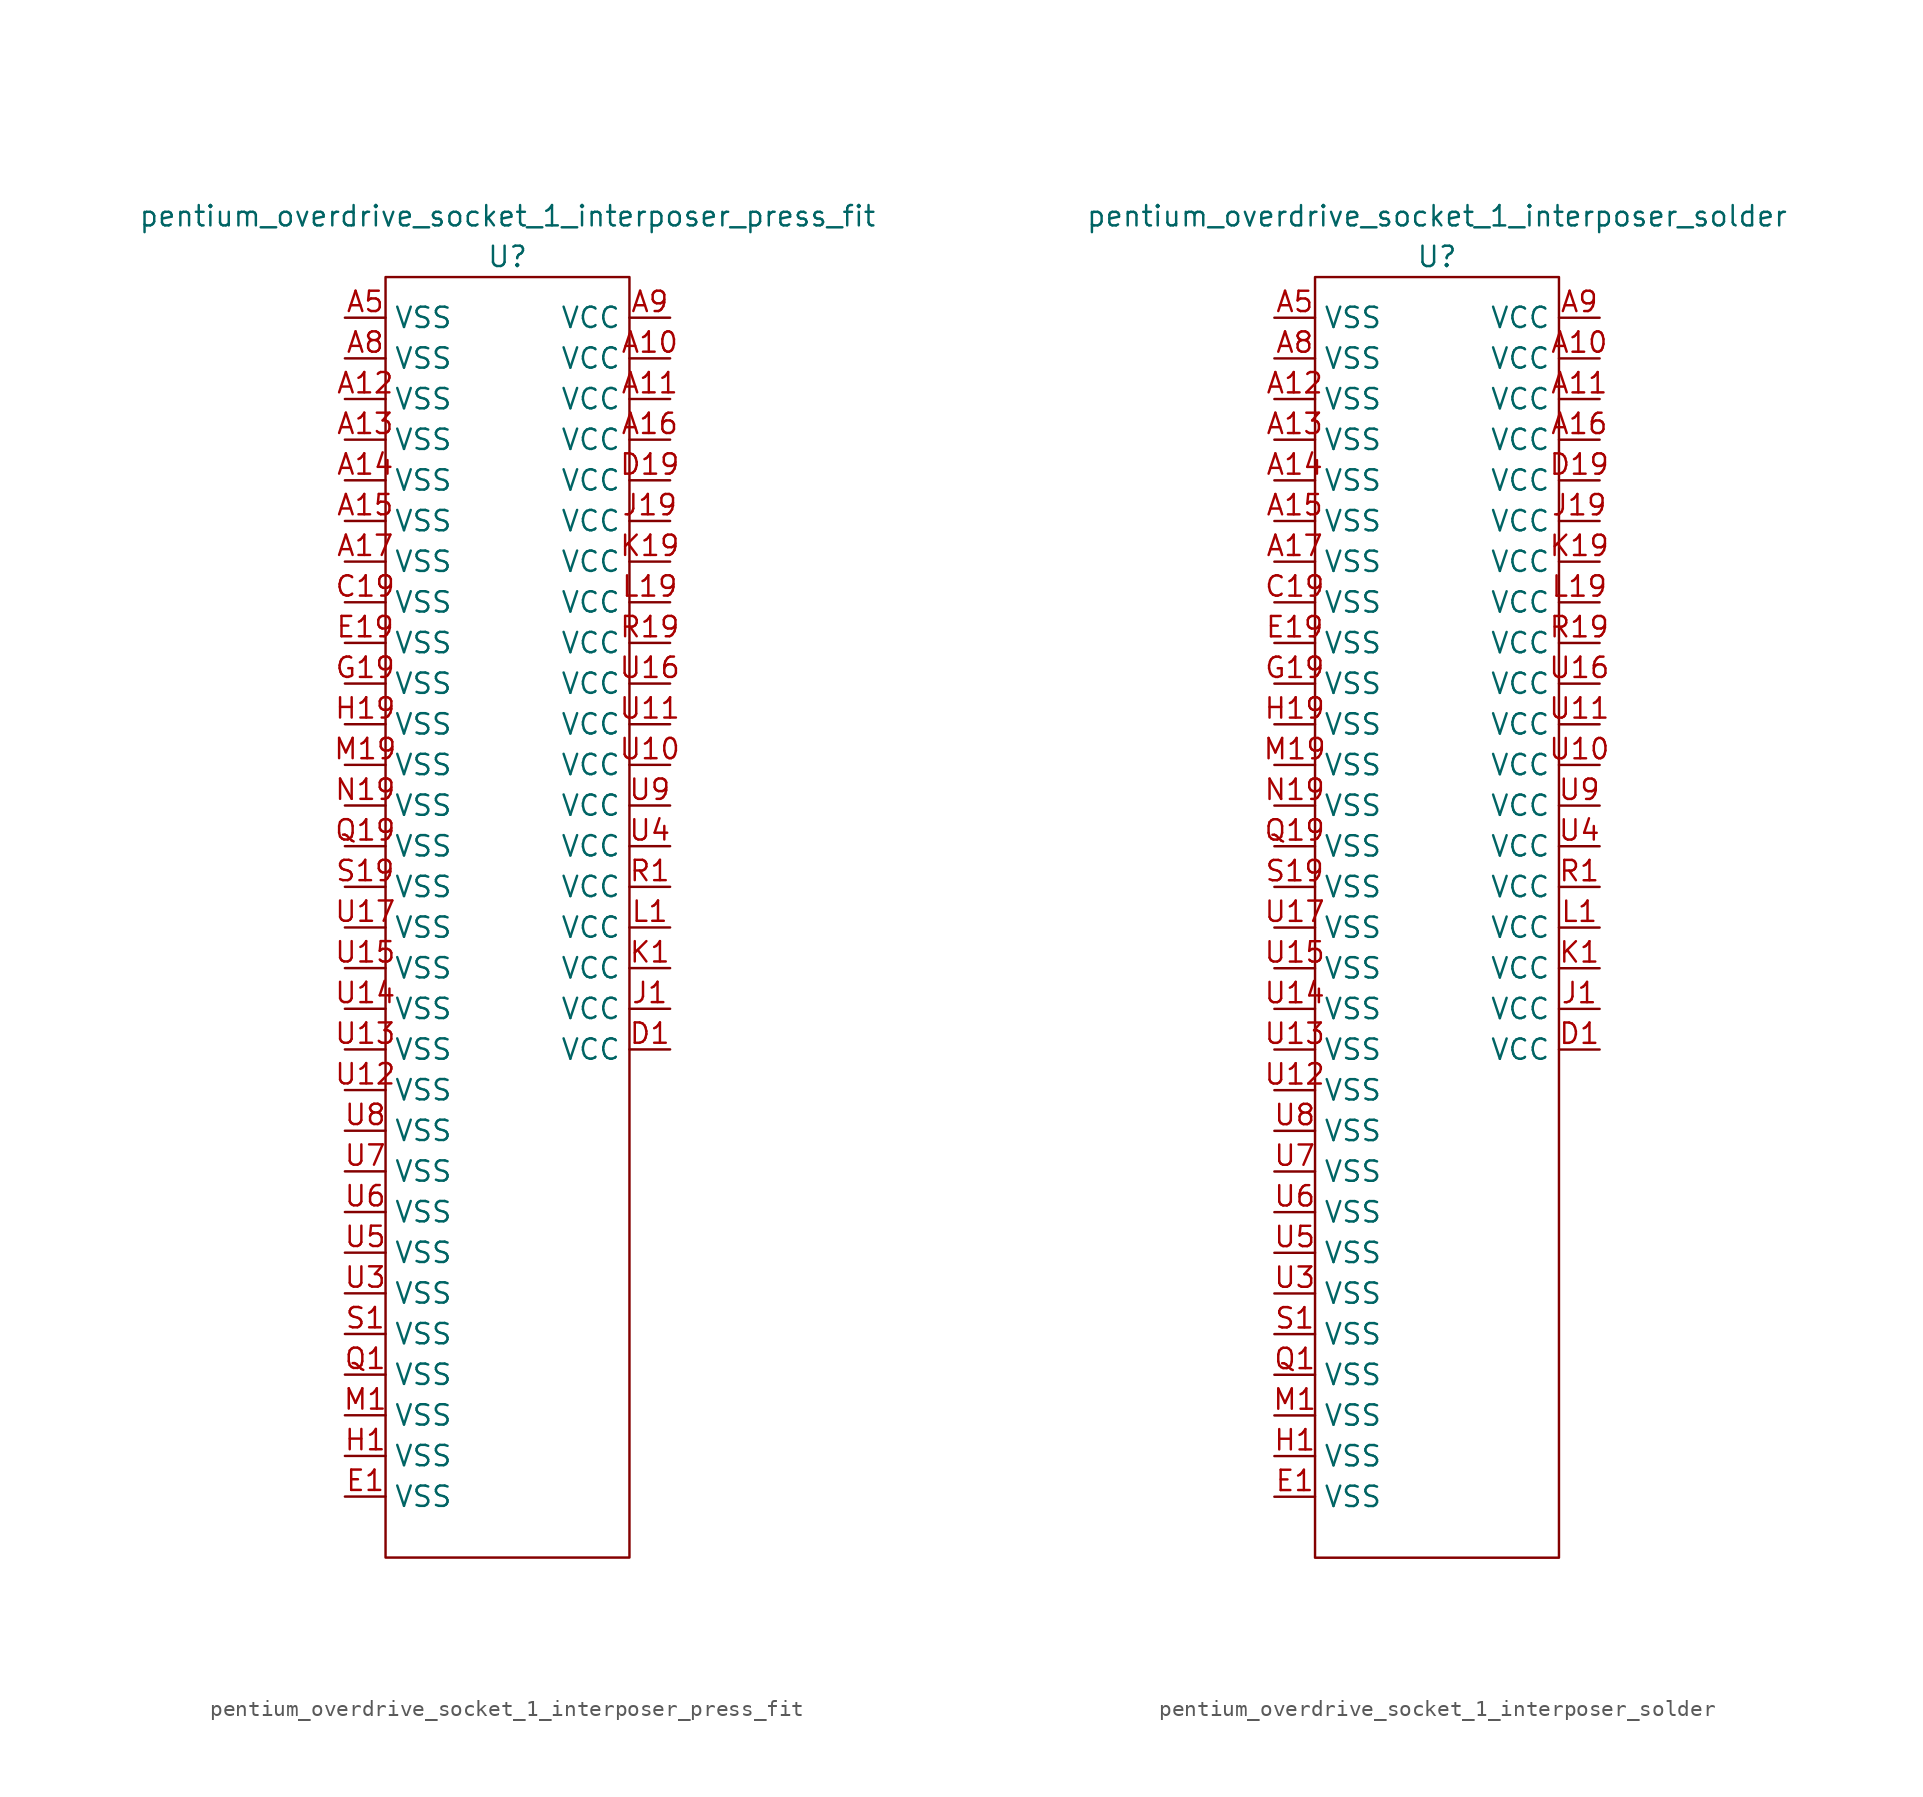
<source format=kicad_sym>
(kicad_symbol_lib
  (version 20211014)
  (generator kicad_symbol_editor)
  (symbol "pentium_overdrive_socket_1_interposer_press_fit"
    (property "Reference" "U"
      (at 0 39.37 0)
      (effects (font (size 1.27 1.27))))
    (property "Value" "pentium_overdrive_socket_1_interposer_press_fit"
      (at 0 41.91 0)
      (effects (font (size 1.27 1.27))))
    (symbol "pentium_overdrive_socket_1_interposer_press_fit_0_1"
      (rectangle (start -7.62 38.1) (end 7.62 -41.91) (stroke (width 0) (type default) (color 0 0 0 0)) (fill (type none))))
    (symbol "pentium_overdrive_socket_1_interposer_press_fit_1_1"
      (pin power_in line (at 10.16 33.02 180) (length 2.54) (name "VCC" (effects (font (size 1.27 1.27)))) (number "A10" (effects (font (size 1.27 1.27)))))
      (pin power_in line (at 10.16 30.48 180) (length 2.54) (name "VCC" (effects (font (size 1.27 1.27)))) (number "A11" (effects (font (size 1.27 1.27)))))
      (pin power_in line (at -10.16 30.48 0) (length 2.54) (name "VSS" (effects (font (size 1.27 1.27)))) (number "A12" (effects (font (size 1.27 1.27)))))
      (pin power_in line (at -10.16 27.94 0) (length 2.54) (name "VSS" (effects (font (size 1.27 1.27)))) (number "A13" (effects (font (size 1.27 1.27)))))
      (pin power_in line (at -10.16 25.4 0) (length 2.54) (name "VSS" (effects (font (size 1.27 1.27)))) (number "A14" (effects (font (size 1.27 1.27)))))
      (pin power_in line (at -10.16 22.86 0) (length 2.54) (name "VSS" (effects (font (size 1.27 1.27)))) (number "A15" (effects (font (size 1.27 1.27)))))
      (pin power_in line (at 10.16 27.94 180) (length 2.54) (name "VCC" (effects (font (size 1.27 1.27)))) (number "A16" (effects (font (size 1.27 1.27)))))
      (pin power_in line (at -10.16 20.32 0) (length 2.54) (name "VSS" (effects (font (size 1.27 1.27)))) (number "A17" (effects (font (size 1.27 1.27)))))
      (pin power_in line (at -10.16 35.56 0) (length 2.54) (name "VSS" (effects (font (size 1.27 1.27)))) (number "A5" (effects (font (size 1.27 1.27)))))
      (pin power_in line (at -10.16 33.02 0) (length 2.54) (name "VSS" (effects (font (size 1.27 1.27)))) (number "A8" (effects (font (size 1.27 1.27)))))
      (pin power_in line (at 10.16 35.56 180) (length 2.54) (name "VCC" (effects (font (size 1.27 1.27)))) (number "A9" (effects (font (size 1.27 1.27)))))
      (pin power_in line (at -10.16 17.78 0) (length 2.54) (name "VSS" (effects (font (size 1.27 1.27)))) (number "C19" (effects (font (size 1.27 1.27)))))
      (pin power_in line (at 10.16 -10.16 180) (length 2.54) (name "VCC" (effects (font (size 1.27 1.27)))) (number "D1" (effects (font (size 1.27 1.27)))))
      (pin power_in line (at 10.16 25.4 180) (length 2.54) (name "VCC" (effects (font (size 1.27 1.27)))) (number "D19" (effects (font (size 1.27 1.27)))))
      (pin power_in line (at -10.16 -38.1 0) (length 2.54) (name "VSS" (effects (font (size 1.27 1.27)))) (number "E1" (effects (font (size 1.27 1.27)))))
      (pin power_in line (at -10.16 15.24 0) (length 2.54) (name "VSS" (effects (font (size 1.27 1.27)))) (number "E19" (effects (font (size 1.27 1.27)))))
      (pin power_in line (at -10.16 12.7 0) (length 2.54) (name "VSS" (effects (font (size 1.27 1.27)))) (number "G19" (effects (font (size 1.27 1.27)))))
      (pin power_in line (at -10.16 -35.56 0) (length 2.54) (name "VSS" (effects (font (size 1.27 1.27)))) (number "H1" (effects (font (size 1.27 1.27)))))
      (pin power_in line (at -10.16 10.16 0) (length 2.54) (name "VSS" (effects (font (size 1.27 1.27)))) (number "H19" (effects (font (size 1.27 1.27)))))
      (pin power_in line (at 10.16 -7.62 180) (length 2.54) (name "VCC" (effects (font (size 1.27 1.27)))) (number "J1" (effects (font (size 1.27 1.27)))))
      (pin power_in line (at 10.16 22.86 180) (length 2.54) (name "VCC" (effects (font (size 1.27 1.27)))) (number "J19" (effects (font (size 1.27 1.27)))))
      (pin power_in line (at 10.16 -5.08 180) (length 2.54) (name "VCC" (effects (font (size 1.27 1.27)))) (number "K1" (effects (font (size 1.27 1.27)))))
      (pin power_in line (at 10.16 20.32 180) (length 2.54) (name "VCC" (effects (font (size 1.27 1.27)))) (number "K19" (effects (font (size 1.27 1.27)))))
      (pin power_in line (at 10.16 -2.54 180) (length 2.54) (name "VCC" (effects (font (size 1.27 1.27)))) (number "L1" (effects (font (size 1.27 1.27)))))
      (pin power_in line (at 10.16 17.78 180) (length 2.54) (name "VCC" (effects (font (size 1.27 1.27)))) (number "L19" (effects (font (size 1.27 1.27)))))
      (pin power_in line (at -10.16 -33.02 0) (length 2.54) (name "VSS" (effects (font (size 1.27 1.27)))) (number "M1" (effects (font (size 1.27 1.27)))))
      (pin power_in line (at -10.16 7.62 0) (length 2.54) (name "VSS" (effects (font (size 1.27 1.27)))) (number "M19" (effects (font (size 1.27 1.27)))))
      (pin power_in line (at -10.16 5.08 0) (length 2.54) (name "VSS" (effects (font (size 1.27 1.27)))) (number "N19" (effects (font (size 1.27 1.27)))))
      (pin power_in line (at -10.16 -30.48 0) (length 2.54) (name "VSS" (effects (font (size 1.27 1.27)))) (number "Q1" (effects (font (size 1.27 1.27)))))
      (pin power_in line (at -10.16 2.54 0) (length 2.54) (name "VSS" (effects (font (size 1.27 1.27)))) (number "Q19" (effects (font (size 1.27 1.27)))))
      (pin power_in line (at 10.16 0 180) (length 2.54) (name "VCC" (effects (font (size 1.27 1.27)))) (number "R1" (effects (font (size 1.27 1.27)))))
      (pin power_in line (at 10.16 15.24 180) (length 2.54) (name "VCC" (effects (font (size 1.27 1.27)))) (number "R19" (effects (font (size 1.27 1.27)))))
      (pin power_in line (at -10.16 -27.94 0) (length 2.54) (name "VSS" (effects (font (size 1.27 1.27)))) (number "S1" (effects (font (size 1.27 1.27)))))
      (pin power_in line (at -10.16 0 0) (length 2.54) (name "VSS" (effects (font (size 1.27 1.27)))) (number "S19" (effects (font (size 1.27 1.27)))))
      (pin power_in line (at 10.16 7.62 180) (length 2.54) (name "VCC" (effects (font (size 1.27 1.27)))) (number "U10" (effects (font (size 1.27 1.27)))))
      (pin power_in line (at 10.16 10.16 180) (length 2.54) (name "VCC" (effects (font (size 1.27 1.27)))) (number "U11" (effects (font (size 1.27 1.27)))))
      (pin power_in line (at -10.16 -12.7 0) (length 2.54) (name "VSS" (effects (font (size 1.27 1.27)))) (number "U12" (effects (font (size 1.27 1.27)))))
      (pin power_in line (at -10.16 -10.16 0) (length 2.54) (name "VSS" (effects (font (size 1.27 1.27)))) (number "U13" (effects (font (size 1.27 1.27)))))
      (pin power_in line (at -10.16 -7.62 0) (length 2.54) (name "VSS" (effects (font (size 1.27 1.27)))) (number "U14" (effects (font (size 1.27 1.27)))))
      (pin power_in line (at -10.16 -5.08 0) (length 2.54) (name "VSS" (effects (font (size 1.27 1.27)))) (number "U15" (effects (font (size 1.27 1.27)))))
      (pin power_in line (at 10.16 12.7 180) (length 2.54) (name "VCC" (effects (font (size 1.27 1.27)))) (number "U16" (effects (font (size 1.27 1.27)))))
      (pin power_in line (at -10.16 -2.54 0) (length 2.54) (name "VSS" (effects (font (size 1.27 1.27)))) (number "U17" (effects (font (size 1.27 1.27)))))
      (pin power_in line (at -10.16 -25.4 0) (length 2.54) (name "VSS" (effects (font (size 1.27 1.27)))) (number "U3" (effects (font (size 1.27 1.27)))))
      (pin power_in line (at 10.16 2.54 180) (length 2.54) (name "VCC" (effects (font (size 1.27 1.27)))) (number "U4" (effects (font (size 1.27 1.27)))))
      (pin power_in line (at -10.16 -22.86 0) (length 2.54) (name "VSS" (effects (font (size 1.27 1.27)))) (number "U5" (effects (font (size 1.27 1.27)))))
      (pin power_in line (at -10.16 -20.32 0) (length 2.54) (name "VSS" (effects (font (size 1.27 1.27)))) (number "U6" (effects (font (size 1.27 1.27)))))
      (pin power_in line (at -10.16 -17.78 0) (length 2.54) (name "VSS" (effects (font (size 1.27 1.27)))) (number "U7" (effects (font (size 1.27 1.27)))))
      (pin power_in line (at -10.16 -15.24 0) (length 2.54) (name "VSS" (effects (font (size 1.27 1.27)))) (number "U8" (effects (font (size 1.27 1.27)))))
      (pin power_in line (at 10.16 5.08 180) (length 2.54) (name "VCC" (effects (font (size 1.27 1.27)))) (number "U9" (effects (font (size 1.27 1.27)))))))
  (symbol "pentium_overdrive_socket_1_interposer_solder"
    (property "Reference" "U"
      (at 0 39.37 0)
      (effects (font (size 1.27 1.27))))
    (property "Value" "pentium_overdrive_socket_1_interposer_solder"
      (at 0 41.91 0)
      (effects (font (size 1.27 1.27))))
    (symbol "pentium_overdrive_socket_1_interposer_solder_0_1"
      (rectangle (start -7.62 38.1) (end 7.62 -41.91) (stroke (width 0) (type default) (color 0 0 0 0)) (fill (type none))))
    (symbol "pentium_overdrive_socket_1_interposer_solder_1_1"
      (pin power_in line (at 10.16 33.02 180) (length 2.54) (name "VCC" (effects (font (size 1.27 1.27)))) (number "A10" (effects (font (size 1.27 1.27)))))
      (pin power_in line (at 10.16 30.48 180) (length 2.54) (name "VCC" (effects (font (size 1.27 1.27)))) (number "A11" (effects (font (size 1.27 1.27)))))
      (pin power_in line (at -10.16 30.48 0) (length 2.54) (name "VSS" (effects (font (size 1.27 1.27)))) (number "A12" (effects (font (size 1.27 1.27)))))
      (pin power_in line (at -10.16 27.94 0) (length 2.54) (name "VSS" (effects (font (size 1.27 1.27)))) (number "A13" (effects (font (size 1.27 1.27)))))
      (pin power_in line (at -10.16 25.4 0) (length 2.54) (name "VSS" (effects (font (size 1.27 1.27)))) (number "A14" (effects (font (size 1.27 1.27)))))
      (pin power_in line (at -10.16 22.86 0) (length 2.54) (name "VSS" (effects (font (size 1.27 1.27)))) (number "A15" (effects (font (size 1.27 1.27)))))
      (pin power_in line (at 10.16 27.94 180) (length 2.54) (name "VCC" (effects (font (size 1.27 1.27)))) (number "A16" (effects (font (size 1.27 1.27)))))
      (pin power_in line (at -10.16 20.32 0) (length 2.54) (name "VSS" (effects (font (size 1.27 1.27)))) (number "A17" (effects (font (size 1.27 1.27)))))
      (pin power_in line (at -10.16 35.56 0) (length 2.54) (name "VSS" (effects (font (size 1.27 1.27)))) (number "A5" (effects (font (size 1.27 1.27)))))
      (pin power_in line (at -10.16 33.02 0) (length 2.54) (name "VSS" (effects (font (size 1.27 1.27)))) (number "A8" (effects (font (size 1.27 1.27)))))
      (pin power_in line (at 10.16 35.56 180) (length 2.54) (name "VCC" (effects (font (size 1.27 1.27)))) (number "A9" (effects (font (size 1.27 1.27)))))
      (pin power_in line (at -10.16 17.78 0) (length 2.54) (name "VSS" (effects (font (size 1.27 1.27)))) (number "C19" (effects (font (size 1.27 1.27)))))
      (pin power_in line (at 10.16 -10.16 180) (length 2.54) (name "VCC" (effects (font (size 1.27 1.27)))) (number "D1" (effects (font (size 1.27 1.27)))))
      (pin power_in line (at 10.16 25.4 180) (length 2.54) (name "VCC" (effects (font (size 1.27 1.27)))) (number "D19" (effects (font (size 1.27 1.27)))))
      (pin power_in line (at -10.16 -38.1 0) (length 2.54) (name "VSS" (effects (font (size 1.27 1.27)))) (number "E1" (effects (font (size 1.27 1.27)))))
      (pin power_in line (at -10.16 15.24 0) (length 2.54) (name "VSS" (effects (font (size 1.27 1.27)))) (number "E19" (effects (font (size 1.27 1.27)))))
      (pin power_in line (at -10.16 12.7 0) (length 2.54) (name "VSS" (effects (font (size 1.27 1.27)))) (number "G19" (effects (font (size 1.27 1.27)))))
      (pin power_in line (at -10.16 -35.56 0) (length 2.54) (name "VSS" (effects (font (size 1.27 1.27)))) (number "H1" (effects (font (size 1.27 1.27)))))
      (pin power_in line (at -10.16 10.16 0) (length 2.54) (name "VSS" (effects (font (size 1.27 1.27)))) (number "H19" (effects (font (size 1.27 1.27)))))
      (pin power_in line (at 10.16 -7.62 180) (length 2.54) (name "VCC" (effects (font (size 1.27 1.27)))) (number "J1" (effects (font (size 1.27 1.27)))))
      (pin power_in line (at 10.16 22.86 180) (length 2.54) (name "VCC" (effects (font (size 1.27 1.27)))) (number "J19" (effects (font (size 1.27 1.27)))))
      (pin power_in line (at 10.16 -5.08 180) (length 2.54) (name "VCC" (effects (font (size 1.27 1.27)))) (number "K1" (effects (font (size 1.27 1.27)))))
      (pin power_in line (at 10.16 20.32 180) (length 2.54) (name "VCC" (effects (font (size 1.27 1.27)))) (number "K19" (effects (font (size 1.27 1.27)))))
      (pin power_in line (at 10.16 -2.54 180) (length 2.54) (name "VCC" (effects (font (size 1.27 1.27)))) (number "L1" (effects (font (size 1.27 1.27)))))
      (pin power_in line (at 10.16 17.78 180) (length 2.54) (name "VCC" (effects (font (size 1.27 1.27)))) (number "L19" (effects (font (size 1.27 1.27)))))
      (pin power_in line (at -10.16 -33.02 0) (length 2.54) (name "VSS" (effects (font (size 1.27 1.27)))) (number "M1" (effects (font (size 1.27 1.27)))))
      (pin power_in line (at -10.16 7.62 0) (length 2.54) (name "VSS" (effects (font (size 1.27 1.27)))) (number "M19" (effects (font (size 1.27 1.27)))))
      (pin power_in line (at -10.16 5.08 0) (length 2.54) (name "VSS" (effects (font (size 1.27 1.27)))) (number "N19" (effects (font (size 1.27 1.27)))))
      (pin power_in line (at -10.16 -30.48 0) (length 2.54) (name "VSS" (effects (font (size 1.27 1.27)))) (number "Q1" (effects (font (size 1.27 1.27)))))
      (pin power_in line (at -10.16 2.54 0) (length 2.54) (name "VSS" (effects (font (size 1.27 1.27)))) (number "Q19" (effects (font (size 1.27 1.27)))))
      (pin power_in line (at 10.16 0 180) (length 2.54) (name "VCC" (effects (font (size 1.27 1.27)))) (number "R1" (effects (font (size 1.27 1.27)))))
      (pin power_in line (at 10.16 15.24 180) (length 2.54) (name "VCC" (effects (font (size 1.27 1.27)))) (number "R19" (effects (font (size 1.27 1.27)))))
      (pin power_in line (at -10.16 -27.94 0) (length 2.54) (name "VSS" (effects (font (size 1.27 1.27)))) (number "S1" (effects (font (size 1.27 1.27)))))
      (pin power_in line (at -10.16 0 0) (length 2.54) (name "VSS" (effects (font (size 1.27 1.27)))) (number "S19" (effects (font (size 1.27 1.27)))))
      (pin power_in line (at 10.16 7.62 180) (length 2.54) (name "VCC" (effects (font (size 1.27 1.27)))) (number "U10" (effects (font (size 1.27 1.27)))))
      (pin power_in line (at 10.16 10.16 180) (length 2.54) (name "VCC" (effects (font (size 1.27 1.27)))) (number "U11" (effects (font (size 1.27 1.27)))))
      (pin power_in line (at -10.16 -12.7 0) (length 2.54) (name "VSS" (effects (font (size 1.27 1.27)))) (number "U12" (effects (font (size 1.27 1.27)))))
      (pin power_in line (at -10.16 -10.16 0) (length 2.54) (name "VSS" (effects (font (size 1.27 1.27)))) (number "U13" (effects (font (size 1.27 1.27)))))
      (pin power_in line (at -10.16 -7.62 0) (length 2.54) (name "VSS" (effects (font (size 1.27 1.27)))) (number "U14" (effects (font (size 1.27 1.27)))))
      (pin power_in line (at -10.16 -5.08 0) (length 2.54) (name "VSS" (effects (font (size 1.27 1.27)))) (number "U15" (effects (font (size 1.27 1.27)))))
      (pin power_in line (at 10.16 12.7 180) (length 2.54) (name "VCC" (effects (font (size 1.27 1.27)))) (number "U16" (effects (font (size 1.27 1.27)))))
      (pin power_in line (at -10.16 -2.54 0) (length 2.54) (name "VSS" (effects (font (size 1.27 1.27)))) (number "U17" (effects (font (size 1.27 1.27)))))
      (pin power_in line (at -10.16 -25.4 0) (length 2.54) (name "VSS" (effects (font (size 1.27 1.27)))) (number "U3" (effects (font (size 1.27 1.27)))))
      (pin power_in line (at 10.16 2.54 180) (length 2.54) (name "VCC" (effects (font (size 1.27 1.27)))) (number "U4" (effects (font (size 1.27 1.27)))))
      (pin power_in line (at -10.16 -22.86 0) (length 2.54) (name "VSS" (effects (font (size 1.27 1.27)))) (number "U5" (effects (font (size 1.27 1.27)))))
      (pin power_in line (at -10.16 -20.32 0) (length 2.54) (name "VSS" (effects (font (size 1.27 1.27)))) (number "U6" (effects (font (size 1.27 1.27)))))
      (pin power_in line (at -10.16 -17.78 0) (length 2.54) (name "VSS" (effects (font (size 1.27 1.27)))) (number "U7" (effects (font (size 1.27 1.27)))))
      (pin power_in line (at -10.16 -15.24 0) (length 2.54) (name "VSS" (effects (font (size 1.27 1.27)))) (number "U8" (effects (font (size 1.27 1.27)))))
      (pin power_in line (at 10.16 5.08 180) (length 2.54) (name "VCC" (effects (font (size 1.27 1.27)))) (number "U9" (effects (font (size 1.27 1.27))))))))
</source>
